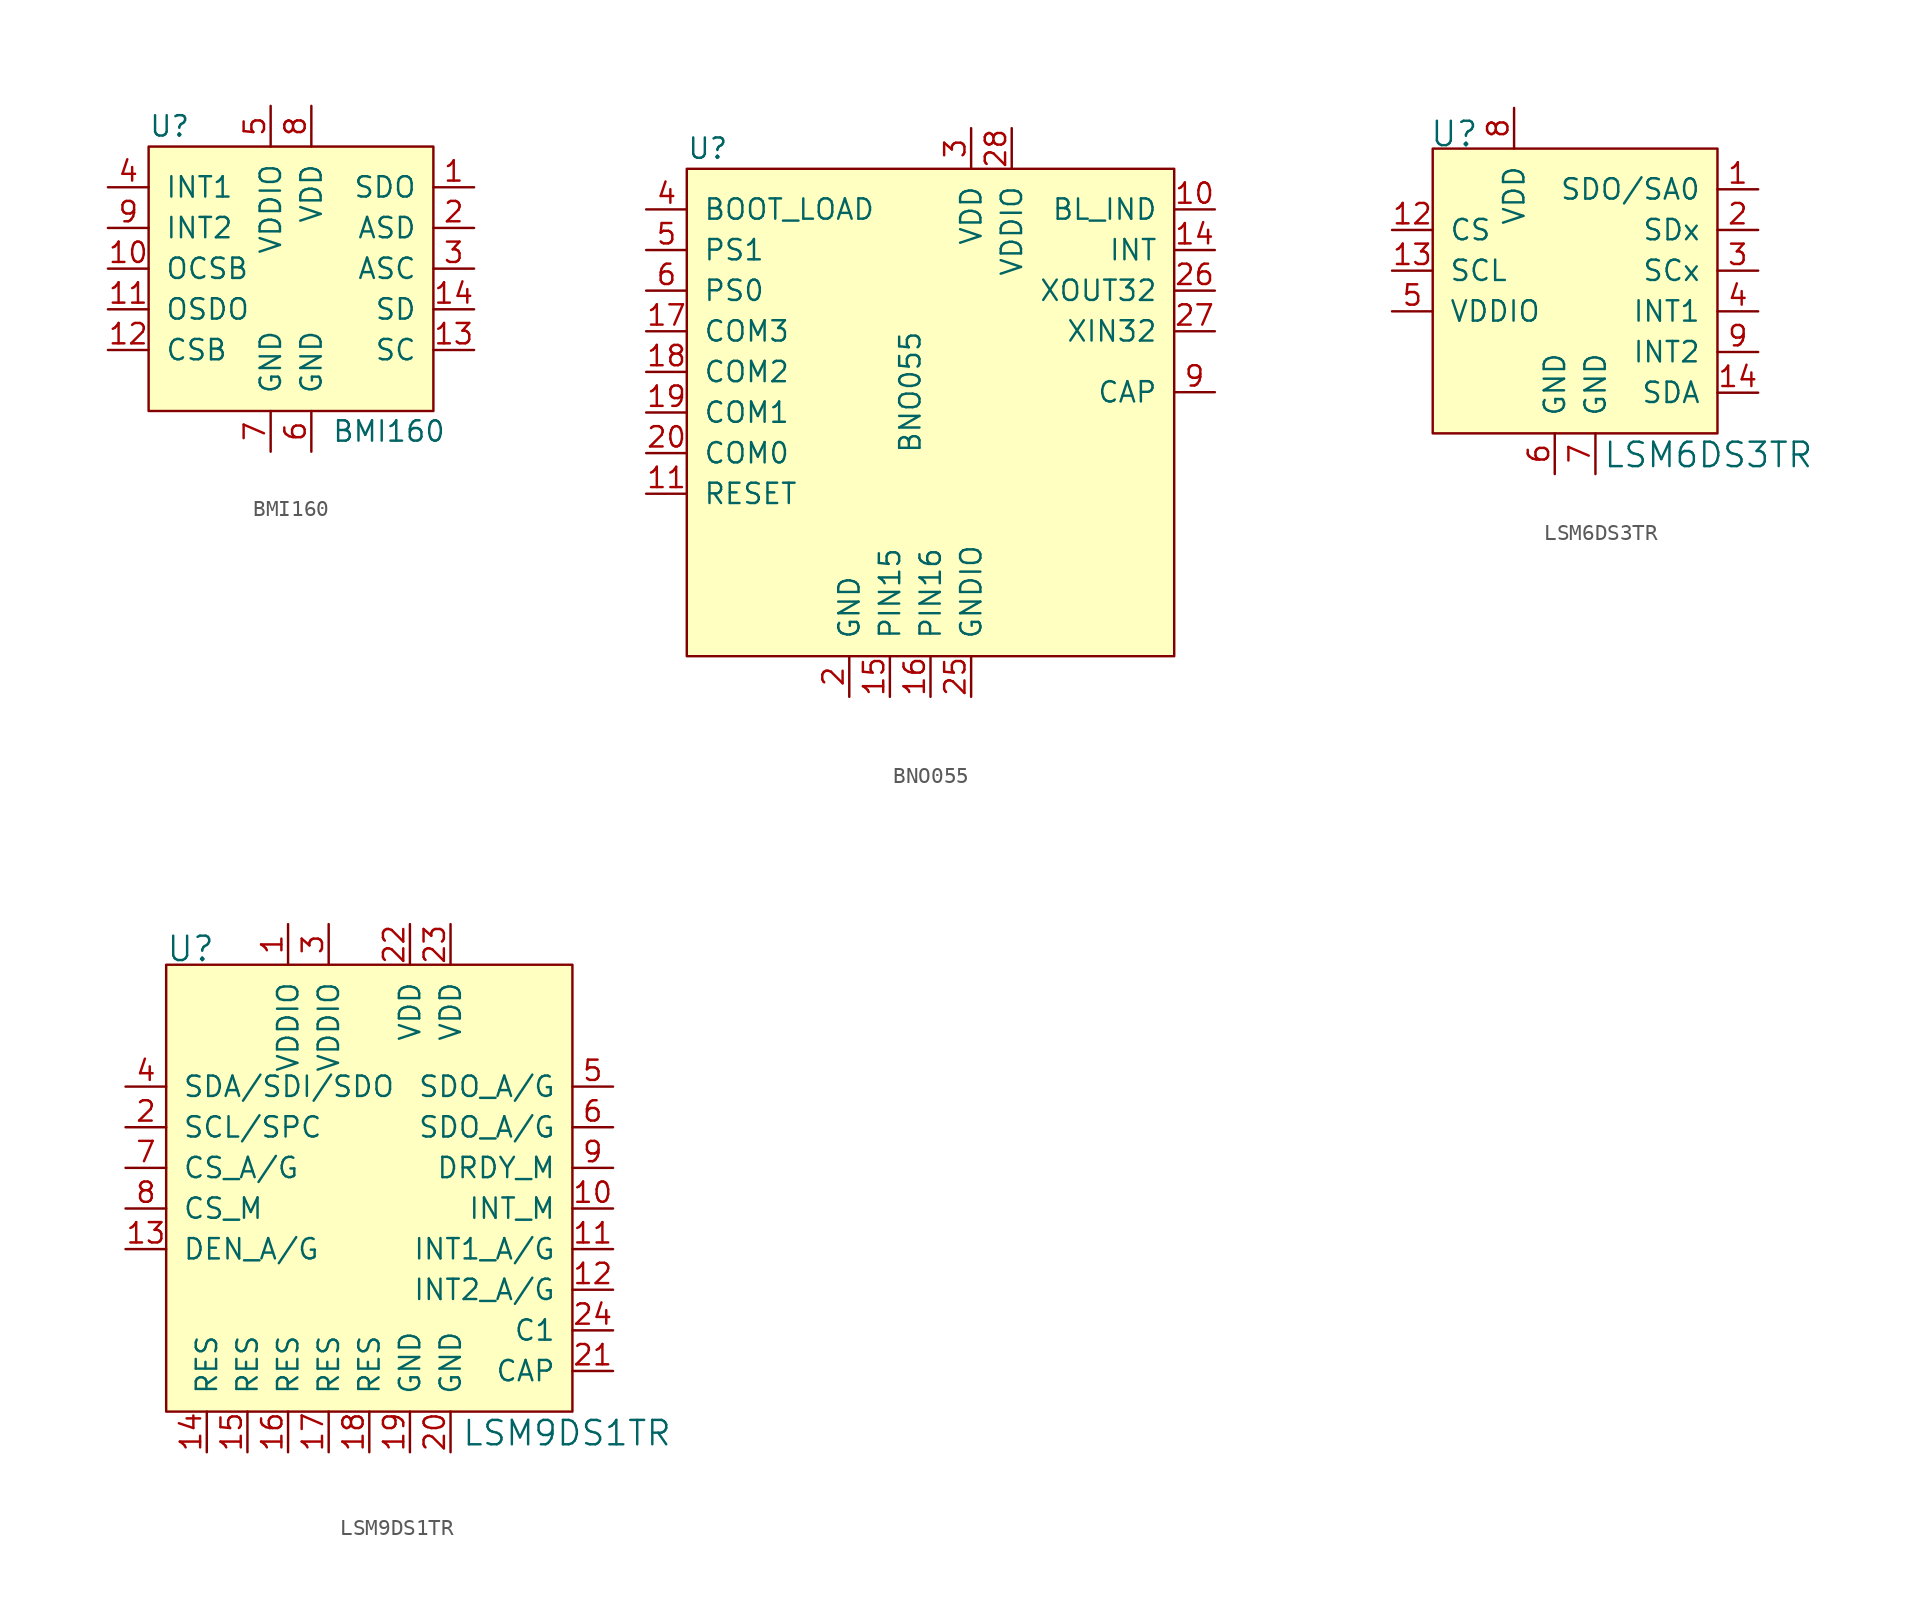
<source format=kicad_sym>
(kicad_symbol_lib
  (version 20201005)
  (generator kicad_symbol_editor)
  (symbol "BMI160"
    (pin_names
      (offset 1.016))
    (property "Reference" "U"
      (at -7.62 8.89 0)
      (effects (font (size 1.27 1.27)) (justify left)))
    (property "Value" "BMI160"
      (at 3.81 -10.16 0)
      (effects (font (size 1.27 1.27)) (justify left)))
    (symbol "BMI160_0_1"
      (rectangle (start -7.62 7.62) (end 10.16 -8.89) (stroke (width 0)) (fill (type background))))
    (symbol "BMI160_1_1"
      (pin output line (at 12.7 5.08 180) (length 2.54) (name "SDO" (effects (font (size 1.27 1.27)))) (number "1" (effects (font (size 1.27 1.27)))))
      (pin bidirectional line (at -10.16 0 0) (length 2.54) (name "OCSB" (effects (font (size 1.27 1.27)))) (number "10" (effects (font (size 1.27 1.27)))))
      (pin bidirectional line (at -10.16 -2.54 0) (length 2.54) (name "OSDO" (effects (font (size 1.27 1.27)))) (number "11" (effects (font (size 1.27 1.27)))))
      (pin bidirectional line (at -10.16 -5.08 0) (length 2.54) (name "CSB" (effects (font (size 1.27 1.27)))) (number "12" (effects (font (size 1.27 1.27)))))
      (pin bidirectional line (at 12.7 -5.08 180) (length 2.54) (name "SC" (effects (font (size 1.27 1.27)))) (number "13" (effects (font (size 1.27 1.27)))))
      (pin bidirectional line (at 12.7 -2.54 180) (length 2.54) (name "SD" (effects (font (size 1.27 1.27)))) (number "14" (effects (font (size 1.27 1.27)))))
      (pin bidirectional line (at 12.7 2.54 180) (length 2.54) (name "ASD" (effects (font (size 1.27 1.27)))) (number "2" (effects (font (size 1.27 1.27)))))
      (pin bidirectional line (at 12.7 0 180) (length 2.54) (name "ASC" (effects (font (size 1.27 1.27)))) (number "3" (effects (font (size 1.27 1.27)))))
      (pin bidirectional line (at -10.16 5.08 0) (length 2.54) (name "INT1" (effects (font (size 1.27 1.27)))) (number "4" (effects (font (size 1.27 1.27)))))
      (pin power_in line (at 0 10.16 270) (length 2.54) (name "VDDIO" (effects (font (size 1.27 1.27)))) (number "5" (effects (font (size 1.27 1.27)))))
      (pin power_in line (at 2.54 -11.43 90) (length 2.54) (name "GND" (effects (font (size 1.27 1.27)))) (number "6" (effects (font (size 1.27 1.27)))))
      (pin power_in line (at 0 -11.43 90) (length 2.54) (name "GND" (effects (font (size 1.27 1.27)))) (number "7" (effects (font (size 1.27 1.27)))))
      (pin power_in line (at 2.54 10.16 270) (length 2.54) (name "VDD" (effects (font (size 1.27 1.27)))) (number "8" (effects (font (size 1.27 1.27)))))
      (pin bidirectional line (at -10.16 2.54 0) (length 2.54) (name "INT2" (effects (font (size 1.27 1.27)))) (number "9" (effects (font (size 1.27 1.27)))))))
  (symbol "BNO055"
    (pin_names
      (offset 1.016))
    (property "Reference" "U"
      (at -15.24 13.97 0)
      (effects (font (size 1.27 1.27)) (justify left)))
    (property "Value" "BNO055"
      (at -1.27 -1.27 90)
      (effects (font (size 1.27 1.27))))
    (symbol "BNO055_0_1"
      (rectangle (start -15.24 12.7) (end 15.24 -17.78) (stroke (width 0)) (fill (type background))))
    (symbol "BNO055_1_1"
      (pin no_connect line (at -15.24 -10.16 0) (length 2.54) hide (name "PIN1" (effects (font (size 1.27 1.27)))) (number "1" (effects (font (size 1.27 1.27)))))
      (pin output line (at 17.78 10.16 180) (length 2.54) (name "BL_IND" (effects (font (size 1.27 1.27)))) (number "10" (effects (font (size 1.27 1.27)))))
      (pin input line (at -17.78 -7.62 0) (length 2.54) (name "RESET" (effects (font (size 1.27 1.27)))) (number "11" (effects (font (size 1.27 1.27)))))
      (pin no_connect line (at 15.24 -16.51 180) (length 2.54) hide (name "PIN12" (effects (font (size 1.27 1.27)))) (number "12" (effects (font (size 1.27 1.27)))))
      (pin no_connect line (at 15.24 -13.97 180) (length 2.54) hide (name "PIN13" (effects (font (size 1.27 1.27)))) (number "13" (effects (font (size 1.27 1.27)))))
      (pin output line (at 17.78 7.62 180) (length 2.54) (name "INT" (effects (font (size 1.27 1.27)))) (number "14" (effects (font (size 1.27 1.27)))))
      (pin power_in line (at -2.54 -20.32 90) (length 2.54) (name "PIN15" (effects (font (size 1.27 1.27)))) (number "15" (effects (font (size 1.27 1.27)))))
      (pin power_in line (at 0 -20.32 90) (length 2.54) (name "PIN16" (effects (font (size 1.27 1.27)))) (number "16" (effects (font (size 1.27 1.27)))))
      (pin input line (at -17.78 2.54 0) (length 2.54) (name "COM3" (effects (font (size 1.27 1.27)))) (number "17" (effects (font (size 1.27 1.27)))))
      (pin input line (at -17.78 0 0) (length 2.54) (name "COM2" (effects (font (size 1.27 1.27)))) (number "18" (effects (font (size 1.27 1.27)))))
      (pin input line (at -17.78 -2.54 0) (length 2.54) (name "COM1" (effects (font (size 1.27 1.27)))) (number "19" (effects (font (size 1.27 1.27)))))
      (pin power_in line (at -5.08 -20.32 90) (length 2.54) (name "GND" (effects (font (size 1.27 1.27)))) (number "2" (effects (font (size 1.27 1.27)))))
      (pin input line (at -17.78 -5.08 0) (length 2.54) (name "COM0" (effects (font (size 1.27 1.27)))) (number "20" (effects (font (size 1.27 1.27)))))
      (pin no_connect line (at 15.24 -11.43 180) (length 2.54) hide (name "PIN21" (effects (font (size 1.27 1.27)))) (number "21" (effects (font (size 1.27 1.27)))))
      (pin no_connect line (at 15.24 -8.89 180) (length 2.54) hide (name "PIN22" (effects (font (size 1.27 1.27)))) (number "22" (effects (font (size 1.27 1.27)))))
      (pin no_connect line (at 15.24 -6.35 180) (length 2.54) hide (name "PIN23" (effects (font (size 1.27 1.27)))) (number "23" (effects (font (size 1.27 1.27)))))
      (pin no_connect line (at 15.24 -3.81 180) (length 2.54) hide (name "PIN24" (effects (font (size 1.27 1.27)))) (number "24" (effects (font (size 1.27 1.27)))))
      (pin power_in line (at 2.54 -20.32 90) (length 2.54) (name "GNDIO" (effects (font (size 1.27 1.27)))) (number "25" (effects (font (size 1.27 1.27)))))
      (pin output line (at 17.78 5.08 180) (length 2.54) (name "XOUT32" (effects (font (size 1.27 1.27)))) (number "26" (effects (font (size 1.27 1.27)))))
      (pin input line (at 17.78 2.54 180) (length 2.54) (name "XIN32" (effects (font (size 1.27 1.27)))) (number "27" (effects (font (size 1.27 1.27)))))
      (pin power_in line (at 5.08 15.24 270) (length 2.54) (name "VDDIO" (effects (font (size 1.27 1.27)))) (number "28" (effects (font (size 1.27 1.27)))))
      (pin power_in line (at 2.54 15.24 270) (length 2.54) (name "VDD" (effects (font (size 1.27 1.27)))) (number "3" (effects (font (size 1.27 1.27)))))
      (pin input line (at -17.78 10.16 0) (length 2.54) (name "BOOT_LOAD" (effects (font (size 1.27 1.27)))) (number "4" (effects (font (size 1.27 1.27)))))
      (pin input line (at -17.78 7.62 0) (length 2.54) (name "PS1" (effects (font (size 1.27 1.27)))) (number "5" (effects (font (size 1.27 1.27)))))
      (pin input line (at -17.78 5.08 0) (length 2.54) (name "PS0" (effects (font (size 1.27 1.27)))) (number "6" (effects (font (size 1.27 1.27)))))
      (pin no_connect line (at -15.24 -12.7 0) (length 2.54) hide (name "PIN7" (effects (font (size 1.27 1.27)))) (number "7" (effects (font (size 1.27 1.27)))))
      (pin no_connect line (at -15.24 -15.24 0) (length 2.54) hide (name "PIN8" (effects (font (size 1.27 1.27)))) (number "8" (effects (font (size 1.27 1.27)))))
      (pin passive line (at 17.78 -1.27 180) (length 2.54) (name "CAP" (effects (font (size 1.27 1.27)))) (number "9" (effects (font (size 1.27 1.27)))))))
  (symbol "LSM6DS3TR"
    (pin_names
      (offset 1.016))
    (property "Reference" "U"
      (at -7.823 11.074 0)
      (effects (font (size 1.524 1.524)) (justify left)))
    (property "Value" "LSM6DS3TR"
      (at 2.997 -8.966 0)
      (effects (font (size 1.524 1.524)) (justify left)))
    (symbol "LSM6DS3TR_0_1"
      (rectangle (start -7.62 10.16) (end 10.16 -7.62) (stroke (width 0)) (fill (type background))))
    (symbol "LSM6DS3TR_1_0"
      (pin output line (at 12.7 7.62 180) (length 2.54) (name "SDO/SA0" (effects (font (size 1.27 1.27)))) (number "1" (effects (font (size 1.27 1.27)))))
      (pin output line (at 12.7 5.08 180) (length 2.54) (name "SDx" (effects (font (size 1.27 1.27)))) (number "2" (effects (font (size 1.27 1.27)))))
      (pin output line (at 12.7 2.54 180) (length 2.54) (name "SCx" (effects (font (size 1.27 1.27)))) (number "3" (effects (font (size 1.27 1.27)))))
      (pin output line (at 12.7 0 180) (length 2.54) (name "INT1" (effects (font (size 1.27 1.27)))) (number "4" (effects (font (size 1.27 1.27)))))
      (pin bidirectional line (at -10.16 0 0) (length 2.54) (name "VDDIO" (effects (font (size 1.27 1.27)))) (number "5" (effects (font (size 1.27 1.27)))))
      (pin bidirectional line (at 0 -10.16 90) (length 2.54) (name "GND" (effects (font (size 1.27 1.27)))) (number "6" (effects (font (size 1.27 1.27)))))
      (pin bidirectional line (at 2.54 -10.16 90) (length 2.54) (name "GND" (effects (font (size 1.27 1.27)))) (number "7" (effects (font (size 1.27 1.27)))))
      (pin bidirectional line (at -2.54 12.7 270) (length 2.54) (name "VDD" (effects (font (size 1.27 1.27)))) (number "8" (effects (font (size 1.27 1.27)))))
      (pin output line (at 12.7 -2.54 180) (length 2.54) (name "INT2" (effects (font (size 1.27 1.27)))) (number "9" (effects (font (size 1.27 1.27)))))
      (pin no_connect line (at -7.62 -2.54 0) (length 2.54) hide (name "NC" (effects (font (size 1.27 1.27)))) (number "10" (effects (font (size 1.27 1.27)))))
      (pin no_connect line (at -7.62 -5.08 0) (length 2.54) hide (name "NC" (effects (font (size 1.27 1.27)))) (number "11" (effects (font (size 1.27 1.27)))))
      (pin input line (at -10.16 5.08 0) (length 2.54) (name "CS" (effects (font (size 1.27 1.27)))) (number "12" (effects (font (size 1.27 1.27)))))
      (pin input line (at -10.16 2.54 0) (length 2.54) (name "SCL" (effects (font (size 1.27 1.27)))) (number "13" (effects (font (size 1.27 1.27)))))
      (pin bidirectional line (at 12.7 -5.08 180) (length 2.54) (name "SDA" (effects (font (size 1.27 1.27)))) (number "14" (effects (font (size 1.27 1.27)))))))
  (symbol "LSM9DS1TR"
    (pin_names
      (offset 1.016))
    (property "Reference" "U"
      (at -12.725 18.771 0)
      (effects (font (size 1.524 1.524)) (justify left)))
    (property "Value" "LSM9DS1TR"
      (at 5.766 -11.506 0)
      (effects (font (size 1.524 1.524)) (justify left)))
    (symbol "LSM9DS1TR_0_1"
      (rectangle (start -12.7 17.78) (end 12.7 -10.16) (stroke (width 0)) (fill (type background))))
    (symbol "LSM9DS1TR_1_0"
      (pin power_in line (at -5.08 20.32 270) (length 2.54) (name "VDDIO" (effects (font (size 1.27 1.27)))) (number "1" (effects (font (size 1.27 1.27)))))
      (pin input line (at -15.24 7.62 0) (length 2.54) (name "SCL/SPC" (effects (font (size 1.27 1.27)))) (number "2" (effects (font (size 1.27 1.27)))))
      (pin power_in line (at -2.54 20.32 270) (length 2.54) (name "VDDIO" (effects (font (size 1.27 1.27)))) (number "3" (effects (font (size 1.27 1.27)))))
      (pin bidirectional line (at -15.24 10.16 0) (length 2.54) (name "SDA/SDI/SDO" (effects (font (size 1.27 1.27)))) (number "4" (effects (font (size 1.27 1.27)))))
      (pin output line (at 15.24 10.16 180) (length 2.54) (name "SDO_A/G" (effects (font (size 1.27 1.27)))) (number "5" (effects (font (size 1.27 1.27)))))
      (pin output line (at 15.24 7.62 180) (length 2.54) (name "SDO_A/G" (effects (font (size 1.27 1.27)))) (number "6" (effects (font (size 1.27 1.27)))))
      (pin input line (at -15.24 5.08 0) (length 2.54) (name "CS_A/G" (effects (font (size 1.27 1.27)))) (number "7" (effects (font (size 1.27 1.27)))))
      (pin input line (at -15.24 2.54 0) (length 2.54) (name "CS_M" (effects (font (size 1.27 1.27)))) (number "8" (effects (font (size 1.27 1.27)))))
      (pin output line (at 15.24 5.08 180) (length 2.54) (name "DRDY_M" (effects (font (size 1.27 1.27)))) (number "9" (effects (font (size 1.27 1.27)))))
      (pin output line (at 15.24 2.54 180) (length 2.54) (name "INT_M" (effects (font (size 1.27 1.27)))) (number "10" (effects (font (size 1.27 1.27)))))
      (pin power_in line (at 5.08 -12.7 90) (length 2.54) (name "GND" (effects (font (size 1.27 1.27)))) (number "20" (effects (font (size 1.27 1.27)))))
      (pin output line (at 15.24 0 180) (length 2.54) (name "INT1_A/G" (effects (font (size 1.27 1.27)))) (number "11" (effects (font (size 1.27 1.27)))))
      (pin unspecified line (at 15.24 -7.62 180) (length 2.54) (name "CAP" (effects (font (size 1.27 1.27)))) (number "21" (effects (font (size 1.27 1.27)))))
      (pin output line (at 15.24 -2.54 180) (length 2.54) (name "INT2_A/G" (effects (font (size 1.27 1.27)))) (number "12" (effects (font (size 1.27 1.27)))))
      (pin power_in line (at 2.54 20.32 270) (length 2.54) (name "VDD" (effects (font (size 1.27 1.27)))) (number "22" (effects (font (size 1.27 1.27)))))
      (pin input line (at -15.24 0 0) (length 2.54) (name "DEN_A/G" (effects (font (size 1.27 1.27)))) (number "13" (effects (font (size 1.27 1.27)))))
      (pin power_in line (at 5.08 20.32 270) (length 2.54) (name "VDD" (effects (font (size 1.27 1.27)))) (number "23" (effects (font (size 1.27 1.27)))))
      (pin power_in line (at -10.16 -12.7 90) (length 2.54) (name "RES" (effects (font (size 1.27 1.27)))) (number "14" (effects (font (size 1.27 1.27)))))
      (pin unspecified line (at 15.24 -5.08 180) (length 2.54) (name "C1" (effects (font (size 1.27 1.27)))) (number "24" (effects (font (size 1.27 1.27)))))
      (pin power_in line (at -7.62 -12.7 90) (length 2.54) (name "RES" (effects (font (size 1.27 1.27)))) (number "15" (effects (font (size 1.27 1.27)))))
      (pin power_in line (at -5.08 -12.7 90) (length 2.54) (name "RES" (effects (font (size 1.27 1.27)))) (number "16" (effects (font (size 1.27 1.27)))))
      (pin power_in line (at -2.54 -12.7 90) (length 2.54) (name "RES" (effects (font (size 1.27 1.27)))) (number "17" (effects (font (size 1.27 1.27)))))
      (pin power_in line (at 0 -12.7 90) (length 2.54) (name "RES" (effects (font (size 1.27 1.27)))) (number "18" (effects (font (size 1.27 1.27)))))
      (pin power_in line (at 2.54 -12.7 90) (length 2.54) (name "GND" (effects (font (size 1.27 1.27)))) (number "19" (effects (font (size 1.27 1.27))))))))
</source>
